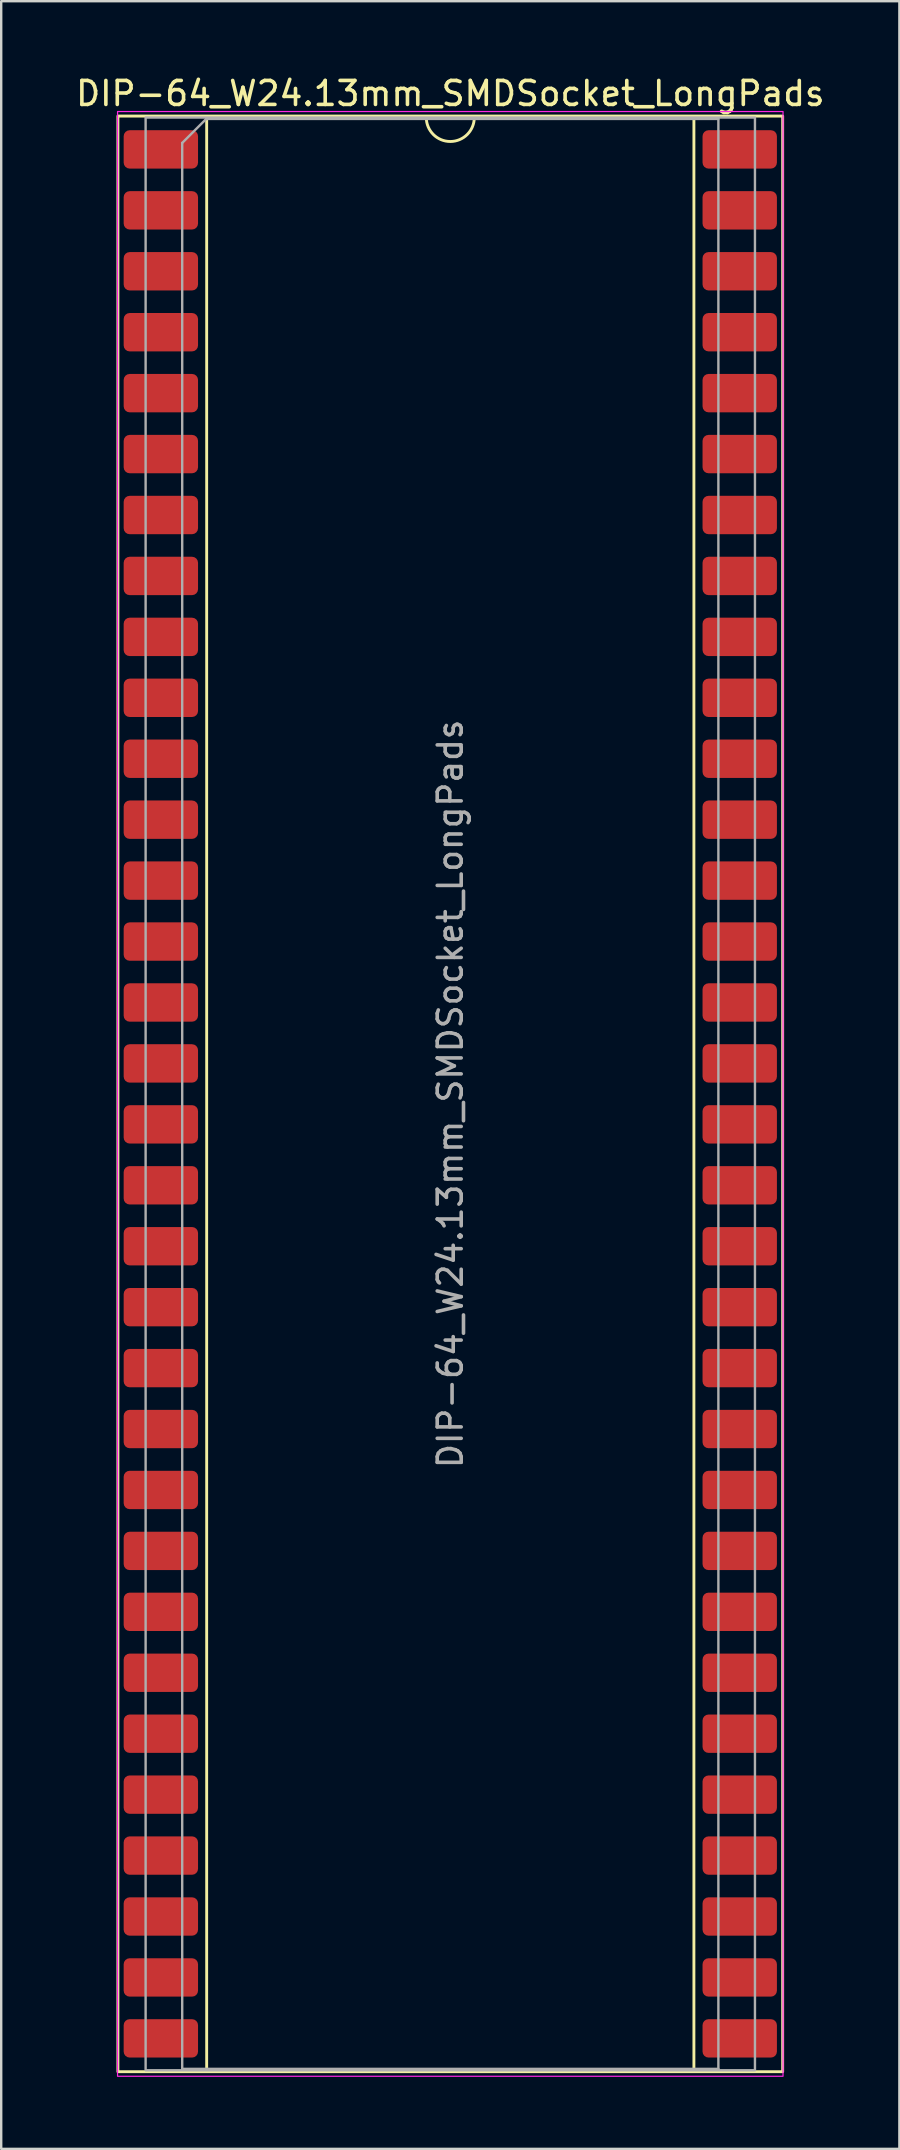
<source format=kicad_pcb>
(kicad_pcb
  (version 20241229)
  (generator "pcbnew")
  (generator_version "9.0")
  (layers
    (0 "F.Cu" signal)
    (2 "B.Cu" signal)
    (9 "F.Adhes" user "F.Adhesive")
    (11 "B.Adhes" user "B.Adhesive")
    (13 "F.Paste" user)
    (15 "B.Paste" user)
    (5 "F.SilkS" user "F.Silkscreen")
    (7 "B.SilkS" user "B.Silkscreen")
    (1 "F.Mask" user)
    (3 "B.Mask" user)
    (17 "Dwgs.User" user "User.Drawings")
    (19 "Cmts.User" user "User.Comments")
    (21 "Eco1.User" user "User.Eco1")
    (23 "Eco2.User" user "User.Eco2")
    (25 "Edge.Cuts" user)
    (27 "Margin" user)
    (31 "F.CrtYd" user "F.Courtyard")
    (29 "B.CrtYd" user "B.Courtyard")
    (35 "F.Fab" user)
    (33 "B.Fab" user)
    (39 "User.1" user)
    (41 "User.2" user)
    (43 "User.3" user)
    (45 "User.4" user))
  (footprint "DIP-64_W24.13mm_SMDSocket_LongPads"
    (layer "F.Cu")
    (at 15.72 42.548)
    (property "Reference" "DIP-64_W24.13mm_SMDSocket_LongPads" (at 0 -41.7 0) (layer "F.SilkS") (effects (font (size 1 1) (thickness 0.15))))
    (attr smd)
    (fp_line (start -10.155 -40.7) (end -10.155 40.7) (stroke (width 0.12) (type solid)) (layer "F.SilkS"))
    (fp_line (start -10.155 40.7) (end 10.155 40.7) (stroke (width 0.12) (type solid)) (layer "F.SilkS"))
    (fp_line (start -1 -40.7) (end -10.155 -40.7) (stroke (width 0.12) (type solid)) (layer "F.SilkS"))
    (fp_line (start 10.155 -40.7) (end 1 -40.7) (stroke (width 0.12) (type solid)) (layer "F.SilkS"))
    (fp_line (start 10.155 40.7) (end 10.155 -40.7) (stroke (width 0.12) (type solid)) (layer "F.SilkS"))
    (fp_rect (start -13.855 -40.76) (end 13.855 40.76) (stroke (width 0.12) (type solid)) (fill no) (layer "F.SilkS"))
    (fp_arc (start 1 -40.7) (mid 0 -39.7) (end -1 -40.7) (stroke (width 0.12) (type solid)) (layer "F.SilkS"))
    (fp_rect (start -13.87 -40.95) (end 13.87 40.95) (stroke (width 0.05) (type solid)) (fill no) (layer "F.CrtYd"))
    (fp_line (start -11.175 -39.64) (end -10.175 -40.64) (stroke (width 0.1) (type solid)) (layer "F.Fab"))
    (fp_line (start -11.175 40.64) (end -11.175 -39.64) (stroke (width 0.1) (type solid)) (layer "F.Fab"))
    (fp_line (start -10.175 -40.64) (end 11.175 -40.64) (stroke (width 0.1) (type solid)) (layer "F.Fab"))
    (fp_line (start 11.175 -40.64) (end 11.175 40.64) (stroke (width 0.1) (type solid)) (layer "F.Fab"))
    (fp_line (start 11.175 40.64) (end -11.175 40.64) (stroke (width 0.1) (type solid)) (layer "F.Fab"))
    (fp_rect (start -12.7 -40.7) (end 12.7 40.7) (stroke (width 0.1) (type solid)) (fill no) (layer "F.Fab"))
    (fp_text user "${REFERENCE}" (at 0 0 90) (layer "F.Fab") (effects (font (size 1 1) (thickness 0.15))))
    (pad "1" smd roundrect (at -12.065 -39.37) (size 3.1 1.6) (layers "F.Cu" "F.Mask" "F.Paste") (roundrect_rratio 0.156))
    (pad "2" smd roundrect (at -12.065 -36.83) (size 3.1 1.6) (layers "F.Cu" "F.Mask" "F.Paste") (roundrect_rratio 0.156))
    (pad "3" smd roundrect (at -12.065 -34.29) (size 3.1 1.6) (layers "F.Cu" "F.Mask" "F.Paste") (roundrect_rratio 0.156))
    (pad "4" smd roundrect (at -12.065 -31.75) (size 3.1 1.6) (layers "F.Cu" "F.Mask" "F.Paste") (roundrect_rratio 0.156))
    (pad "5" smd roundrect (at -12.065 -29.21) (size 3.1 1.6) (layers "F.Cu" "F.Mask" "F.Paste") (roundrect_rratio 0.156))
    (pad "6" smd roundrect (at -12.065 -26.67) (size 3.1 1.6) (layers "F.Cu" "F.Mask" "F.Paste") (roundrect_rratio 0.156))
    (pad "7" smd roundrect (at -12.065 -24.13) (size 3.1 1.6) (layers "F.Cu" "F.Mask" "F.Paste") (roundrect_rratio 0.156))
    (pad "8" smd roundrect (at -12.065 -21.59) (size 3.1 1.6) (layers "F.Cu" "F.Mask" "F.Paste") (roundrect_rratio 0.156))
    (pad "9" smd roundrect (at -12.065 -19.05) (size 3.1 1.6) (layers "F.Cu" "F.Mask" "F.Paste") (roundrect_rratio 0.156))
    (pad "10" smd roundrect (at -12.065 -16.51) (size 3.1 1.6) (layers "F.Cu" "F.Mask" "F.Paste") (roundrect_rratio 0.156))
    (pad "11" smd roundrect (at -12.065 -13.97) (size 3.1 1.6) (layers "F.Cu" "F.Mask" "F.Paste") (roundrect_rratio 0.156))
    (pad "12" smd roundrect (at -12.065 -11.43) (size 3.1 1.6) (layers "F.Cu" "F.Mask" "F.Paste") (roundrect_rratio 0.156))
    (pad "13" smd roundrect (at -12.065 -8.89) (size 3.1 1.6) (layers "F.Cu" "F.Mask" "F.Paste") (roundrect_rratio 0.156))
    (pad "14" smd roundrect (at -12.065 -6.35) (size 3.1 1.6) (layers "F.Cu" "F.Mask" "F.Paste") (roundrect_rratio 0.156))
    (pad "15" smd roundrect (at -12.065 -3.81) (size 3.1 1.6) (layers "F.Cu" "F.Mask" "F.Paste") (roundrect_rratio 0.156))
    (pad "16" smd roundrect (at -12.065 -1.27) (size 3.1 1.6) (layers "F.Cu" "F.Mask" "F.Paste") (roundrect_rratio 0.156))
    (pad "17" smd roundrect (at -12.065 1.27) (size 3.1 1.6) (layers "F.Cu" "F.Mask" "F.Paste") (roundrect_rratio 0.156))
    (pad "18" smd roundrect (at -12.065 3.81) (size 3.1 1.6) (layers "F.Cu" "F.Mask" "F.Paste") (roundrect_rratio 0.156))
    (pad "19" smd roundrect (at -12.065 6.35) (size 3.1 1.6) (layers "F.Cu" "F.Mask" "F.Paste") (roundrect_rratio 0.156))
    (pad "20" smd roundrect (at -12.065 8.89) (size 3.1 1.6) (layers "F.Cu" "F.Mask" "F.Paste") (roundrect_rratio 0.156))
    (pad "21" smd roundrect (at -12.065 11.43) (size 3.1 1.6) (layers "F.Cu" "F.Mask" "F.Paste") (roundrect_rratio 0.156))
    (pad "22" smd roundrect (at -12.065 13.97) (size 3.1 1.6) (layers "F.Cu" "F.Mask" "F.Paste") (roundrect_rratio 0.156))
    (pad "23" smd roundrect (at -12.065 16.51) (size 3.1 1.6) (layers "F.Cu" "F.Mask" "F.Paste") (roundrect_rratio 0.156))
    (pad "24" smd roundrect (at -12.065 19.05) (size 3.1 1.6) (layers "F.Cu" "F.Mask" "F.Paste") (roundrect_rratio 0.156))
    (pad "25" smd roundrect (at -12.065 21.59) (size 3.1 1.6) (layers "F.Cu" "F.Mask" "F.Paste") (roundrect_rratio 0.156))
    (pad "26" smd roundrect (at -12.065 24.13) (size 3.1 1.6) (layers "F.Cu" "F.Mask" "F.Paste") (roundrect_rratio 0.156))
    (pad "27" smd roundrect (at -12.065 26.67) (size 3.1 1.6) (layers "F.Cu" "F.Mask" "F.Paste") (roundrect_rratio 0.156))
    (pad "28" smd roundrect (at -12.065 29.21) (size 3.1 1.6) (layers "F.Cu" "F.Mask" "F.Paste") (roundrect_rratio 0.156))
    (pad "29" smd roundrect (at -12.065 31.75) (size 3.1 1.6) (layers "F.Cu" "F.Mask" "F.Paste") (roundrect_rratio 0.156))
    (pad "30" smd roundrect (at -12.065 34.29) (size 3.1 1.6) (layers "F.Cu" "F.Mask" "F.Paste") (roundrect_rratio 0.156))
    (pad "31" smd roundrect (at -12.065 36.83) (size 3.1 1.6) (layers "F.Cu" "F.Mask" "F.Paste") (roundrect_rratio 0.156))
    (pad "32" smd roundrect (at -12.065 39.37) (size 3.1 1.6) (layers "F.Cu" "F.Mask" "F.Paste") (roundrect_rratio 0.156))
    (pad "33" smd roundrect (at 12.065 39.37) (size 3.1 1.6) (layers "F.Cu" "F.Mask" "F.Paste") (roundrect_rratio 0.156))
    (pad "34" smd roundrect (at 12.065 36.83) (size 3.1 1.6) (layers "F.Cu" "F.Mask" "F.Paste") (roundrect_rratio 0.156))
    (pad "35" smd roundrect (at 12.065 34.29) (size 3.1 1.6) (layers "F.Cu" "F.Mask" "F.Paste") (roundrect_rratio 0.156))
    (pad "36" smd roundrect (at 12.065 31.75) (size 3.1 1.6) (layers "F.Cu" "F.Mask" "F.Paste") (roundrect_rratio 0.156))
    (pad "37" smd roundrect (at 12.065 29.21) (size 3.1 1.6) (layers "F.Cu" "F.Mask" "F.Paste") (roundrect_rratio 0.156))
    (pad "38" smd roundrect (at 12.065 26.67) (size 3.1 1.6) (layers "F.Cu" "F.Mask" "F.Paste") (roundrect_rratio 0.156))
    (pad "39" smd roundrect (at 12.065 24.13) (size 3.1 1.6) (layers "F.Cu" "F.Mask" "F.Paste") (roundrect_rratio 0.156))
    (pad "40" smd roundrect (at 12.065 21.59) (size 3.1 1.6) (layers "F.Cu" "F.Mask" "F.Paste") (roundrect_rratio 0.156))
    (pad "41" smd roundrect (at 12.065 19.05) (size 3.1 1.6) (layers "F.Cu" "F.Mask" "F.Paste") (roundrect_rratio 0.156))
    (pad "42" smd roundrect (at 12.065 16.51) (size 3.1 1.6) (layers "F.Cu" "F.Mask" "F.Paste") (roundrect_rratio 0.156))
    (pad "43" smd roundrect (at 12.065 13.97) (size 3.1 1.6) (layers "F.Cu" "F.Mask" "F.Paste") (roundrect_rratio 0.156))
    (pad "44" smd roundrect (at 12.065 11.43) (size 3.1 1.6) (layers "F.Cu" "F.Mask" "F.Paste") (roundrect_rratio 0.156))
    (pad "45" smd roundrect (at 12.065 8.89) (size 3.1 1.6) (layers "F.Cu" "F.Mask" "F.Paste") (roundrect_rratio 0.156))
    (pad "46" smd roundrect (at 12.065 6.35) (size 3.1 1.6) (layers "F.Cu" "F.Mask" "F.Paste") (roundrect_rratio 0.156))
    (pad "47" smd roundrect (at 12.065 3.81) (size 3.1 1.6) (layers "F.Cu" "F.Mask" "F.Paste") (roundrect_rratio 0.156))
    (pad "48" smd roundrect (at 12.065 1.27) (size 3.1 1.6) (layers "F.Cu" "F.Mask" "F.Paste") (roundrect_rratio 0.156))
    (pad "49" smd roundrect (at 12.065 -1.27) (size 3.1 1.6) (layers "F.Cu" "F.Mask" "F.Paste") (roundrect_rratio 0.156))
    (pad "50" smd roundrect (at 12.065 -3.81) (size 3.1 1.6) (layers "F.Cu" "F.Mask" "F.Paste") (roundrect_rratio 0.156))
    (pad "51" smd roundrect (at 12.065 -6.35) (size 3.1 1.6) (layers "F.Cu" "F.Mask" "F.Paste") (roundrect_rratio 0.156))
    (pad "52" smd roundrect (at 12.065 -8.89) (size 3.1 1.6) (layers "F.Cu" "F.Mask" "F.Paste") (roundrect_rratio 0.156))
    (pad "53" smd roundrect (at 12.065 -11.43) (size 3.1 1.6) (layers "F.Cu" "F.Mask" "F.Paste") (roundrect_rratio 0.156))
    (pad "54" smd roundrect (at 12.065 -13.97) (size 3.1 1.6) (layers "F.Cu" "F.Mask" "F.Paste") (roundrect_rratio 0.156))
    (pad "55" smd roundrect (at 12.065 -16.51) (size 3.1 1.6) (layers "F.Cu" "F.Mask" "F.Paste") (roundrect_rratio 0.156))
    (pad "56" smd roundrect (at 12.065 -19.05) (size 3.1 1.6) (layers "F.Cu" "F.Mask" "F.Paste") (roundrect_rratio 0.156))
    (pad "57" smd roundrect (at 12.065 -21.59) (size 3.1 1.6) (layers "F.Cu" "F.Mask" "F.Paste") (roundrect_rratio 0.156))
    (pad "58" smd roundrect (at 12.065 -24.13) (size 3.1 1.6) (layers "F.Cu" "F.Mask" "F.Paste") (roundrect_rratio 0.156))
    (pad "59" smd roundrect (at 12.065 -26.67) (size 3.1 1.6) (layers "F.Cu" "F.Mask" "F.Paste") (roundrect_rratio 0.156))
    (pad "60" smd roundrect (at 12.065 -29.21) (size 3.1 1.6) (layers "F.Cu" "F.Mask" "F.Paste") (roundrect_rratio 0.156))
    (pad "61" smd roundrect (at 12.065 -31.75) (size 3.1 1.6) (layers "F.Cu" "F.Mask" "F.Paste") (roundrect_rratio 0.156))
    (pad "62" smd roundrect (at 12.065 -34.29) (size 3.1 1.6) (layers "F.Cu" "F.Mask" "F.Paste") (roundrect_rratio 0.156))
    (pad "63" smd roundrect (at 12.065 -36.83) (size 3.1 1.6) (layers "F.Cu" "F.Mask" "F.Paste") (roundrect_rratio 0.156))
    (pad "64" smd roundrect (at 12.065 -39.37) (size 3.1 1.6) (layers "F.Cu" "F.Mask" "F.Paste") (roundrect_rratio 0.156)))
  (gr_rect
    (start -3 -3)
    (end 34.44 86.523)
    (stroke (width 0.1) (type default))
    (fill no)
    (layer "Edge.Cuts")))
</source>
